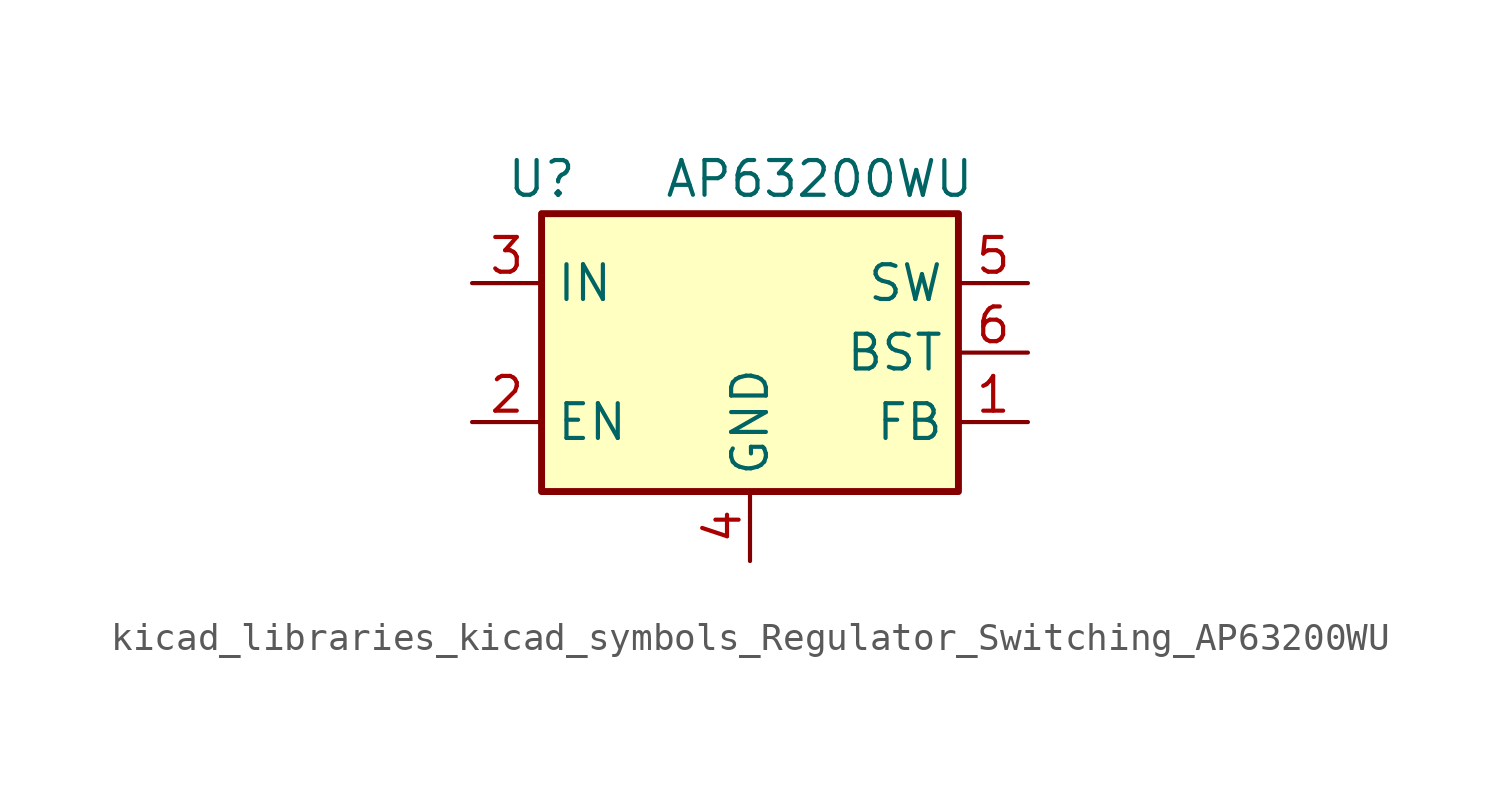
<source format=kicad_sym>
(kicad_symbol_lib
  (version 20220914)
  (generator kicad_symbol_editor)
  (symbol "kicad_libraries_kicad_symbols_Regulator_Switching_AP63200WU"
    (property "Reference" "U"
      (at -7.62 6.35 0)
      (effects (font (size 1.27 1.27))))
    (property "Value" "AP63200WU"
      (at 2.54 6.35 0)
      (effects (font (size 1.27 1.27))))
    (symbol "kicad_libraries_kicad_symbols_Regulator_Switching_AP63200WU_0_1"
      (rectangle (start -7.62 5.08) (end 7.62 -5.08) (stroke (width 0.254) (type default)) (fill (type background))))
    (symbol "kicad_libraries_kicad_symbols_Regulator_Switching_AP63200WU_1_1"
      (pin input line (at 10.16 -2.54 180) (length 2.54) (name "FB" (effects (font (size 1.27 1.27)))) (number "1" (effects (font (size 1.27 1.27)))))
      (pin input line (at -10.16 -2.54 0) (length 2.54) (name "EN" (effects (font (size 1.27 1.27)))) (number "2" (effects (font (size 1.27 1.27)))))
      (pin power_in line (at -10.16 2.54 0) (length 2.54) (name "IN" (effects (font (size 1.27 1.27)))) (number "3" (effects (font (size 1.27 1.27)))))
      (pin power_in line (at 0 -7.62 90) (length 2.54) (name "GND" (effects (font (size 1.27 1.27)))) (number "4" (effects (font (size 1.27 1.27)))))
      (pin output line (at 10.16 2.54 180) (length 2.54) (name "SW" (effects (font (size 1.27 1.27)))) (number "5" (effects (font (size 1.27 1.27)))))
      (pin passive line (at 10.16 0 180) (length 2.54) (name "BST" (effects (font (size 1.27 1.27)))) (number "6" (effects (font (size 1.27 1.27))))))))
</source>
